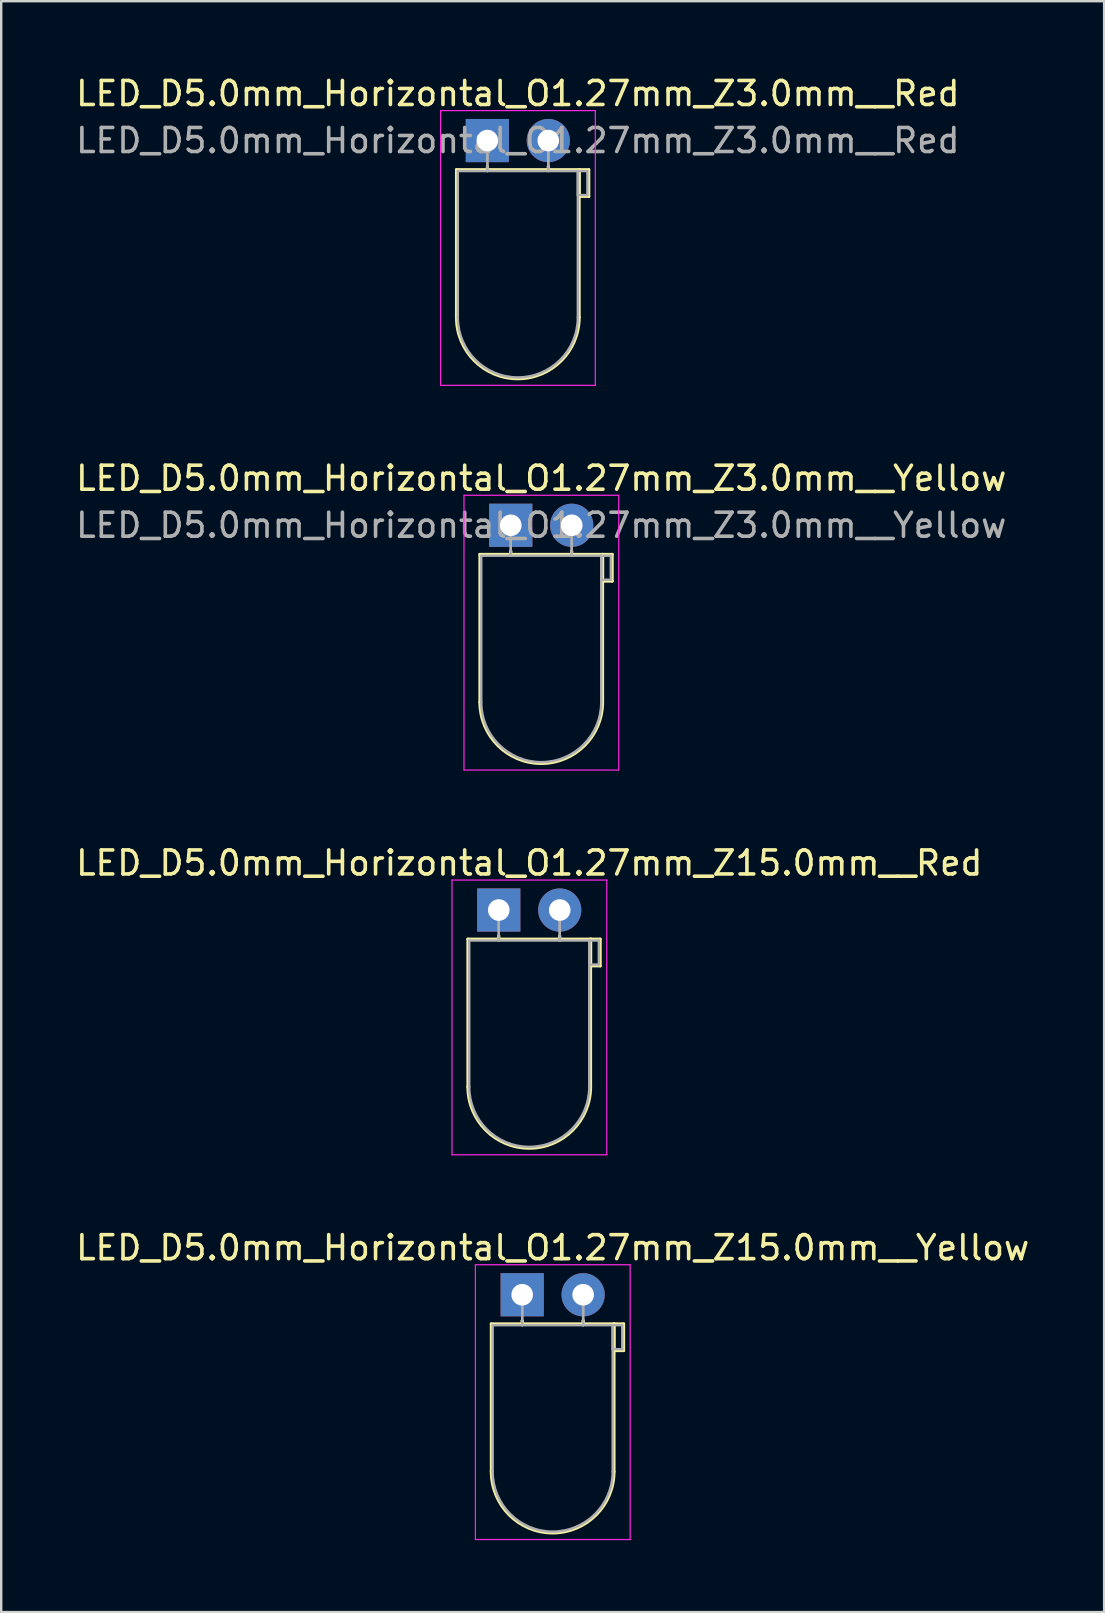
<source format=kicad_pcb>
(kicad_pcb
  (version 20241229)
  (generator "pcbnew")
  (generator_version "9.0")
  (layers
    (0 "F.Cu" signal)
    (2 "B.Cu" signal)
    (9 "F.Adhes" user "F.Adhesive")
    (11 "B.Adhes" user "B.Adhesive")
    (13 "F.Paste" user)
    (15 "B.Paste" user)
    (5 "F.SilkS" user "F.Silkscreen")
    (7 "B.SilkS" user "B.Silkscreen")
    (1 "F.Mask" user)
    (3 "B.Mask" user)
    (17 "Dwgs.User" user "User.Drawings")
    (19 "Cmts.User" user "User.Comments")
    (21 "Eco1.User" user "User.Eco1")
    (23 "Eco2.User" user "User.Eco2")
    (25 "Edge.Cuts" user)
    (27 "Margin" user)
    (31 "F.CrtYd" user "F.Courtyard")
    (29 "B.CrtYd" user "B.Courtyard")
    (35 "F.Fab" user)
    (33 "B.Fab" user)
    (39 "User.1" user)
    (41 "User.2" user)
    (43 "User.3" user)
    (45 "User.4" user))
  (footprint "LED_D5.0mm_Horizontal_O1.27mm_Z15.0mm__Red"
    (layer "F.Cu")
    (at 17.736 34.875)
    (property "Reference" "LED_D5.0mm_Horizontal_O1.27mm_Z15.0mm__Red" (at 1.27 -1.96 0) (layer "F.SilkS") (effects (font (size 1 1) (thickness 0.15))))
    (attr through_hole)
    (fp_line (start -1.29 1.21) (end -1.29 7.37) (stroke (width 0.12) (type solid)) (layer "F.SilkS"))
    (fp_line (start -1.29 1.21) (end 3.83 1.21) (stroke (width 0.12) (type solid)) (layer "F.SilkS"))
    (fp_line (start 0 1.08) (end 0 1.08) (stroke (width 0.12) (type solid)) (layer "F.SilkS"))
    (fp_line (start 0 1.08) (end 0 1.21) (stroke (width 0.12) (type solid)) (layer "F.SilkS"))
    (fp_line (start 0 1.21) (end 0 1.08) (stroke (width 0.12) (type solid)) (layer "F.SilkS"))
    (fp_line (start 0 1.21) (end 0 1.21) (stroke (width 0.12) (type solid)) (layer "F.SilkS"))
    (fp_line (start 2.54 1.08) (end 2.54 1.08) (stroke (width 0.12) (type solid)) (layer "F.SilkS"))
    (fp_line (start 2.54 1.08) (end 2.54 1.21) (stroke (width 0.12) (type solid)) (layer "F.SilkS"))
    (fp_line (start 2.54 1.21) (end 2.54 1.08) (stroke (width 0.12) (type solid)) (layer "F.SilkS"))
    (fp_line (start 2.54 1.21) (end 2.54 1.21) (stroke (width 0.12) (type solid)) (layer "F.SilkS"))
    (fp_line (start 3.83 1.21) (end 3.83 7.37) (stroke (width 0.12) (type solid)) (layer "F.SilkS"))
    (fp_line (start 3.83 1.21) (end 4.23 1.21) (stroke (width 0.12) (type solid)) (layer "F.SilkS"))
    (fp_line (start 3.83 2.33) (end 3.83 1.21) (stroke (width 0.12) (type solid)) (layer "F.SilkS"))
    (fp_line (start 4.23 1.21) (end 4.23 2.33) (stroke (width 0.12) (type solid)) (layer "F.SilkS"))
    (fp_line (start 4.23 2.33) (end 3.83 2.33) (stroke (width 0.12) (type solid)) (layer "F.SilkS"))
    (fp_arc (start 3.83 7.37) (mid 1.27 9.93) (end -1.29 7.37) (stroke (width 0.12) (type solid)) (layer "F.SilkS"))
    (fp_line (start -1.95 -1.25) (end -1.95 10.2) (stroke (width 0.05) (type solid)) (layer "F.CrtYd"))
    (fp_line (start -1.95 10.2) (end 4.5 10.2) (stroke (width 0.05) (type solid)) (layer "F.CrtYd"))
    (fp_line (start 4.5 -1.25) (end -1.95 -1.25) (stroke (width 0.05) (type solid)) (layer "F.CrtYd"))
    (fp_line (start 4.5 10.2) (end 4.5 -1.25) (stroke (width 0.05) (type solid)) (layer "F.CrtYd"))
    (fp_line (start -1.23 1.27) (end -1.23 7.37) (stroke (width 0.1) (type solid)) (layer "F.Fab"))
    (fp_line (start -1.23 1.27) (end 3.77 1.27) (stroke (width 0.1) (type solid)) (layer "F.Fab"))
    (fp_line (start 0 0) (end 0 0) (stroke (width 0.1) (type solid)) (layer "F.Fab"))
    (fp_line (start 0 0) (end 0 1.27) (stroke (width 0.1) (type solid)) (layer "F.Fab"))
    (fp_line (start 0 1.27) (end 0 0) (stroke (width 0.1) (type solid)) (layer "F.Fab"))
    (fp_line (start 0 1.27) (end 0 1.27) (stroke (width 0.1) (type solid)) (layer "F.Fab"))
    (fp_line (start 2.54 0) (end 2.54 0) (stroke (width 0.1) (type solid)) (layer "F.Fab"))
    (fp_line (start 2.54 0) (end 2.54 1.27) (stroke (width 0.1) (type solid)) (layer "F.Fab"))
    (fp_line (start 2.54 1.27) (end 2.54 0) (stroke (width 0.1) (type solid)) (layer "F.Fab"))
    (fp_line (start 2.54 1.27) (end 2.54 1.27) (stroke (width 0.1) (type solid)) (layer "F.Fab"))
    (fp_line (start 3.77 1.27) (end 3.77 7.37) (stroke (width 0.1) (type solid)) (layer "F.Fab"))
    (fp_line (start 3.77 1.27) (end 4.17 1.27) (stroke (width 0.1) (type solid)) (layer "F.Fab"))
    (fp_line (start 3.77 2.27) (end 3.77 1.27) (stroke (width 0.1) (type solid)) (layer "F.Fab"))
    (fp_line (start 4.17 1.27) (end 4.17 2.27) (stroke (width 0.1) (type solid)) (layer "F.Fab"))
    (fp_line (start 4.17 2.27) (end 3.77 2.27) (stroke (width 0.1) (type solid)) (layer "F.Fab"))
    (fp_arc (start 3.77 7.37) (mid 1.27 9.87) (end -1.23 7.37) (stroke (width 0.1) (type solid)) (layer "F.Fab"))
    (pad "1" thru_hole rect (at 0 0) (size 1.8 1.8) (drill 0.9) (layers "*.Cu" "*.Mask"))
    (pad "2" thru_hole circle (at 2.54 0) (size 1.8 1.8) (drill 0.9) (layers "*.Cu" "*.Mask")))
  (footprint "LED_D5.0mm_Horizontal_O1.27mm_Z15.0mm__Yellow"
    (layer "F.Cu")
    (at 18.712 50.908)
    (property "Reference" "LED_D5.0mm_Horizontal_O1.27mm_Z15.0mm__Yellow" (at 1.27 -1.96 0) (layer "F.SilkS") (effects (font (size 1 1) (thickness 0.15))))
    (attr through_hole)
    (fp_line (start -1.29 1.21) (end -1.29 7.37) (stroke (width 0.12) (type solid)) (layer "F.SilkS"))
    (fp_line (start -1.29 1.21) (end 3.83 1.21) (stroke (width 0.12) (type solid)) (layer "F.SilkS"))
    (fp_line (start 0 1.08) (end 0 1.08) (stroke (width 0.12) (type solid)) (layer "F.SilkS"))
    (fp_line (start 0 1.08) (end 0 1.21) (stroke (width 0.12) (type solid)) (layer "F.SilkS"))
    (fp_line (start 0 1.21) (end 0 1.08) (stroke (width 0.12) (type solid)) (layer "F.SilkS"))
    (fp_line (start 0 1.21) (end 0 1.21) (stroke (width 0.12) (type solid)) (layer "F.SilkS"))
    (fp_line (start 2.54 1.08) (end 2.54 1.08) (stroke (width 0.12) (type solid)) (layer "F.SilkS"))
    (fp_line (start 2.54 1.08) (end 2.54 1.21) (stroke (width 0.12) (type solid)) (layer "F.SilkS"))
    (fp_line (start 2.54 1.21) (end 2.54 1.08) (stroke (width 0.12) (type solid)) (layer "F.SilkS"))
    (fp_line (start 2.54 1.21) (end 2.54 1.21) (stroke (width 0.12) (type solid)) (layer "F.SilkS"))
    (fp_line (start 3.83 1.21) (end 3.83 7.37) (stroke (width 0.12) (type solid)) (layer "F.SilkS"))
    (fp_line (start 3.83 1.21) (end 4.23 1.21) (stroke (width 0.12) (type solid)) (layer "F.SilkS"))
    (fp_line (start 3.83 2.33) (end 3.83 1.21) (stroke (width 0.12) (type solid)) (layer "F.SilkS"))
    (fp_line (start 4.23 1.21) (end 4.23 2.33) (stroke (width 0.12) (type solid)) (layer "F.SilkS"))
    (fp_line (start 4.23 2.33) (end 3.83 2.33) (stroke (width 0.12) (type solid)) (layer "F.SilkS"))
    (fp_arc (start 3.83 7.37) (mid 1.27 9.93) (end -1.29 7.37) (stroke (width 0.12) (type solid)) (layer "F.SilkS"))
    (fp_line (start -1.95 -1.25) (end -1.95 10.2) (stroke (width 0.05) (type solid)) (layer "F.CrtYd"))
    (fp_line (start -1.95 10.2) (end 4.5 10.2) (stroke (width 0.05) (type solid)) (layer "F.CrtYd"))
    (fp_line (start 4.5 -1.25) (end -1.95 -1.25) (stroke (width 0.05) (type solid)) (layer "F.CrtYd"))
    (fp_line (start 4.5 10.2) (end 4.5 -1.25) (stroke (width 0.05) (type solid)) (layer "F.CrtYd"))
    (fp_line (start -1.23 1.27) (end -1.23 7.37) (stroke (width 0.1) (type solid)) (layer "F.Fab"))
    (fp_line (start -1.23 1.27) (end 3.77 1.27) (stroke (width 0.1) (type solid)) (layer "F.Fab"))
    (fp_line (start 0 0) (end 0 0) (stroke (width 0.1) (type solid)) (layer "F.Fab"))
    (fp_line (start 0 0) (end 0 1.27) (stroke (width 0.1) (type solid)) (layer "F.Fab"))
    (fp_line (start 0 1.27) (end 0 0) (stroke (width 0.1) (type solid)) (layer "F.Fab"))
    (fp_line (start 0 1.27) (end 0 1.27) (stroke (width 0.1) (type solid)) (layer "F.Fab"))
    (fp_line (start 2.54 0) (end 2.54 0) (stroke (width 0.1) (type solid)) (layer "F.Fab"))
    (fp_line (start 2.54 0) (end 2.54 1.27) (stroke (width 0.1) (type solid)) (layer "F.Fab"))
    (fp_line (start 2.54 1.27) (end 2.54 0) (stroke (width 0.1) (type solid)) (layer "F.Fab"))
    (fp_line (start 2.54 1.27) (end 2.54 1.27) (stroke (width 0.1) (type solid)) (layer "F.Fab"))
    (fp_line (start 3.77 1.27) (end 3.77 7.37) (stroke (width 0.1) (type solid)) (layer "F.Fab"))
    (fp_line (start 3.77 1.27) (end 4.17 1.27) (stroke (width 0.1) (type solid)) (layer "F.Fab"))
    (fp_line (start 3.77 2.27) (end 3.77 1.27) (stroke (width 0.1) (type solid)) (layer "F.Fab"))
    (fp_line (start 4.17 1.27) (end 4.17 2.27) (stroke (width 0.1) (type solid)) (layer "F.Fab"))
    (fp_line (start 4.17 2.27) (end 3.77 2.27) (stroke (width 0.1) (type solid)) (layer "F.Fab"))
    (fp_arc (start 3.77 7.37) (mid 1.27 9.87) (end -1.23 7.37) (stroke (width 0.1) (type solid)) (layer "F.Fab"))
    (pad "1" thru_hole rect (at 0 0) (size 1.8 1.8) (drill 0.9) (layers "*.Cu" "*.Mask"))
    (pad "2" thru_hole circle (at 2.54 0) (size 1.8 1.8) (drill 0.9) (layers "*.Cu" "*.Mask")))
  (footprint "LED_D5.0mm_Horizontal_O1.27mm_Z3.0mm__Red"
    (layer "F.Cu")
    (at 17.26 2.808)
    (property "Reference" "LED_D5.0mm_Horizontal_O1.27mm_Z3.0mm__Red" (at 1.27 -1.96 0) (layer "F.SilkS") (effects (font (size 1 1) (thickness 0.15))))
    (attr through_hole)
    (fp_line (start -1.29 1.21) (end -1.29 7.37) (stroke (width 0.12) (type solid)) (layer "F.SilkS"))
    (fp_line (start -1.29 1.21) (end 3.83 1.21) (stroke (width 0.12) (type solid)) (layer "F.SilkS"))
    (fp_line (start 0 1.08) (end 0 1.08) (stroke (width 0.12) (type solid)) (layer "F.SilkS"))
    (fp_line (start 0 1.08) (end 0 1.21) (stroke (width 0.12) (type solid)) (layer "F.SilkS"))
    (fp_line (start 0 1.21) (end 0 1.08) (stroke (width 0.12) (type solid)) (layer "F.SilkS"))
    (fp_line (start 0 1.21) (end 0 1.21) (stroke (width 0.12) (type solid)) (layer "F.SilkS"))
    (fp_line (start 2.54 1.08) (end 2.54 1.08) (stroke (width 0.12) (type solid)) (layer "F.SilkS"))
    (fp_line (start 2.54 1.08) (end 2.54 1.21) (stroke (width 0.12) (type solid)) (layer "F.SilkS"))
    (fp_line (start 2.54 1.21) (end 2.54 1.08) (stroke (width 0.12) (type solid)) (layer "F.SilkS"))
    (fp_line (start 2.54 1.21) (end 2.54 1.21) (stroke (width 0.12) (type solid)) (layer "F.SilkS"))
    (fp_line (start 3.83 1.21) (end 3.83 7.37) (stroke (width 0.12) (type solid)) (layer "F.SilkS"))
    (fp_line (start 3.83 1.21) (end 4.23 1.21) (stroke (width 0.12) (type solid)) (layer "F.SilkS"))
    (fp_line (start 3.83 2.33) (end 3.83 1.21) (stroke (width 0.12) (type solid)) (layer "F.SilkS"))
    (fp_line (start 4.23 1.21) (end 4.23 2.33) (stroke (width 0.12) (type solid)) (layer "F.SilkS"))
    (fp_line (start 4.23 2.33) (end 3.83 2.33) (stroke (width 0.12) (type solid)) (layer "F.SilkS"))
    (fp_arc (start 3.83 7.37) (mid 1.27 9.93) (end -1.29 7.37) (stroke (width 0.12) (type solid)) (layer "F.SilkS"))
    (fp_line (start -1.95 -1.25) (end -1.95 10.2) (stroke (width 0.05) (type solid)) (layer "F.CrtYd"))
    (fp_line (start -1.95 10.2) (end 4.5 10.2) (stroke (width 0.05) (type solid)) (layer "F.CrtYd"))
    (fp_line (start 4.5 -1.25) (end -1.95 -1.25) (stroke (width 0.05) (type solid)) (layer "F.CrtYd"))
    (fp_line (start 4.5 10.2) (end 4.5 -1.25) (stroke (width 0.05) (type solid)) (layer "F.CrtYd"))
    (fp_line (start -1.23 1.27) (end -1.23 7.37) (stroke (width 0.1) (type solid)) (layer "F.Fab"))
    (fp_line (start -1.23 1.27) (end 3.77 1.27) (stroke (width 0.1) (type solid)) (layer "F.Fab"))
    (fp_line (start 0 0) (end 0 0) (stroke (width 0.1) (type solid)) (layer "F.Fab"))
    (fp_line (start 0 0) (end 0 1.27) (stroke (width 0.1) (type solid)) (layer "F.Fab"))
    (fp_line (start 0 1.27) (end 0 0) (stroke (width 0.1) (type solid)) (layer "F.Fab"))
    (fp_line (start 0 1.27) (end 0 1.27) (stroke (width 0.1) (type solid)) (layer "F.Fab"))
    (fp_line (start 2.54 0) (end 2.54 0) (stroke (width 0.1) (type solid)) (layer "F.Fab"))
    (fp_line (start 2.54 0) (end 2.54 1.27) (stroke (width 0.1) (type solid)) (layer "F.Fab"))
    (fp_line (start 2.54 1.27) (end 2.54 0) (stroke (width 0.1) (type solid)) (layer "F.Fab"))
    (fp_line (start 2.54 1.27) (end 2.54 1.27) (stroke (width 0.1) (type solid)) (layer "F.Fab"))
    (fp_line (start 3.77 1.27) (end 3.77 7.37) (stroke (width 0.1) (type solid)) (layer "F.Fab"))
    (fp_line (start 3.77 1.27) (end 4.17 1.27) (stroke (width 0.1) (type solid)) (layer "F.Fab"))
    (fp_line (start 3.77 2.27) (end 3.77 1.27) (stroke (width 0.1) (type solid)) (layer "F.Fab"))
    (fp_line (start 4.17 1.27) (end 4.17 2.27) (stroke (width 0.1) (type solid)) (layer "F.Fab"))
    (fp_line (start 4.17 2.27) (end 3.77 2.27) (stroke (width 0.1) (type solid)) (layer "F.Fab"))
    (fp_arc (start 3.77 7.37) (mid 1.27 9.87) (end -1.23 7.37) (stroke (width 0.1) (type solid)) (layer "F.Fab"))
    (fp_text user "${REFERENCE}" (at 1.27 0 0) (layer "F.Fab") (effects (font (size 1 1) (thickness 0.15))))
    (pad "1" thru_hole rect (at 0 0) (size 1.8 1.8) (drill 0.9) (layers "*.Cu" "*.Mask"))
    (pad "2" thru_hole circle (at 2.54 0) (size 1.8 1.8) (drill 0.9) (layers "*.Cu" "*.Mask")))
  (footprint "LED_D5.0mm_Horizontal_O1.27mm_Z3.0mm__Yellow"
    (layer "F.Cu")
    (at 18.236 18.841)
    (property "Reference" "LED_D5.0mm_Horizontal_O1.27mm_Z3.0mm__Yellow" (at 1.27 -1.96 0) (layer "F.SilkS") (effects (font (size 1 1) (thickness 0.15))))
    (attr through_hole)
    (fp_line (start -1.29 1.21) (end -1.29 7.37) (stroke (width 0.12) (type solid)) (layer "F.SilkS"))
    (fp_line (start -1.29 1.21) (end 3.83 1.21) (stroke (width 0.12) (type solid)) (layer "F.SilkS"))
    (fp_line (start 0 1.08) (end 0 1.08) (stroke (width 0.12) (type solid)) (layer "F.SilkS"))
    (fp_line (start 0 1.08) (end 0 1.21) (stroke (width 0.12) (type solid)) (layer "F.SilkS"))
    (fp_line (start 0 1.21) (end 0 1.08) (stroke (width 0.12) (type solid)) (layer "F.SilkS"))
    (fp_line (start 0 1.21) (end 0 1.21) (stroke (width 0.12) (type solid)) (layer "F.SilkS"))
    (fp_line (start 2.54 1.08) (end 2.54 1.08) (stroke (width 0.12) (type solid)) (layer "F.SilkS"))
    (fp_line (start 2.54 1.08) (end 2.54 1.21) (stroke (width 0.12) (type solid)) (layer "F.SilkS"))
    (fp_line (start 2.54 1.21) (end 2.54 1.08) (stroke (width 0.12) (type solid)) (layer "F.SilkS"))
    (fp_line (start 2.54 1.21) (end 2.54 1.21) (stroke (width 0.12) (type solid)) (layer "F.SilkS"))
    (fp_line (start 3.83 1.21) (end 3.83 7.37) (stroke (width 0.12) (type solid)) (layer "F.SilkS"))
    (fp_line (start 3.83 1.21) (end 4.23 1.21) (stroke (width 0.12) (type solid)) (layer "F.SilkS"))
    (fp_line (start 3.83 2.33) (end 3.83 1.21) (stroke (width 0.12) (type solid)) (layer "F.SilkS"))
    (fp_line (start 4.23 1.21) (end 4.23 2.33) (stroke (width 0.12) (type solid)) (layer "F.SilkS"))
    (fp_line (start 4.23 2.33) (end 3.83 2.33) (stroke (width 0.12) (type solid)) (layer "F.SilkS"))
    (fp_arc (start 3.83 7.37) (mid 1.27 9.93) (end -1.29 7.37) (stroke (width 0.12) (type solid)) (layer "F.SilkS"))
    (fp_line (start -1.95 -1.25) (end -1.95 10.2) (stroke (width 0.05) (type solid)) (layer "F.CrtYd"))
    (fp_line (start -1.95 10.2) (end 4.5 10.2) (stroke (width 0.05) (type solid)) (layer "F.CrtYd"))
    (fp_line (start 4.5 -1.25) (end -1.95 -1.25) (stroke (width 0.05) (type solid)) (layer "F.CrtYd"))
    (fp_line (start 4.5 10.2) (end 4.5 -1.25) (stroke (width 0.05) (type solid)) (layer "F.CrtYd"))
    (fp_line (start -1.23 1.27) (end -1.23 7.37) (stroke (width 0.1) (type solid)) (layer "F.Fab"))
    (fp_line (start -1.23 1.27) (end 3.77 1.27) (stroke (width 0.1) (type solid)) (layer "F.Fab"))
    (fp_line (start 0 0) (end 0 0) (stroke (width 0.1) (type solid)) (layer "F.Fab"))
    (fp_line (start 0 0) (end 0 1.27) (stroke (width 0.1) (type solid)) (layer "F.Fab"))
    (fp_line (start 0 1.27) (end 0 0) (stroke (width 0.1) (type solid)) (layer "F.Fab"))
    (fp_line (start 0 1.27) (end 0 1.27) (stroke (width 0.1) (type solid)) (layer "F.Fab"))
    (fp_line (start 2.54 0) (end 2.54 0) (stroke (width 0.1) (type solid)) (layer "F.Fab"))
    (fp_line (start 2.54 0) (end 2.54 1.27) (stroke (width 0.1) (type solid)) (layer "F.Fab"))
    (fp_line (start 2.54 1.27) (end 2.54 0) (stroke (width 0.1) (type solid)) (layer "F.Fab"))
    (fp_line (start 2.54 1.27) (end 2.54 1.27) (stroke (width 0.1) (type solid)) (layer "F.Fab"))
    (fp_line (start 3.77 1.27) (end 3.77 7.37) (stroke (width 0.1) (type solid)) (layer "F.Fab"))
    (fp_line (start 3.77 1.27) (end 4.17 1.27) (stroke (width 0.1) (type solid)) (layer "F.Fab"))
    (fp_line (start 3.77 2.27) (end 3.77 1.27) (stroke (width 0.1) (type solid)) (layer "F.Fab"))
    (fp_line (start 4.17 1.27) (end 4.17 2.27) (stroke (width 0.1) (type solid)) (layer "F.Fab"))
    (fp_line (start 4.17 2.27) (end 3.77 2.27) (stroke (width 0.1) (type solid)) (layer "F.Fab"))
    (fp_arc (start 3.77 7.37) (mid 1.27 9.87) (end -1.23 7.37) (stroke (width 0.1) (type solid)) (layer "F.Fab"))
    (fp_text user "${REFERENCE}" (at 1.27 0 0) (layer "F.Fab") (effects (font (size 1 1) (thickness 0.15))))
    (pad "1" thru_hole rect (at 0 0) (size 1.8 1.8) (drill 0.9) (layers "*.Cu" "*.Mask"))
    (pad "2" thru_hole circle (at 2.54 0) (size 1.8 1.8) (drill 0.9) (layers "*.Cu" "*.Mask")))
  (gr_rect
    (start -3 -3)
    (end 42.964 64.133)
    (stroke (width 0.1) (type default))
    (fill no)
    (layer "Edge.Cuts")))
</source>
